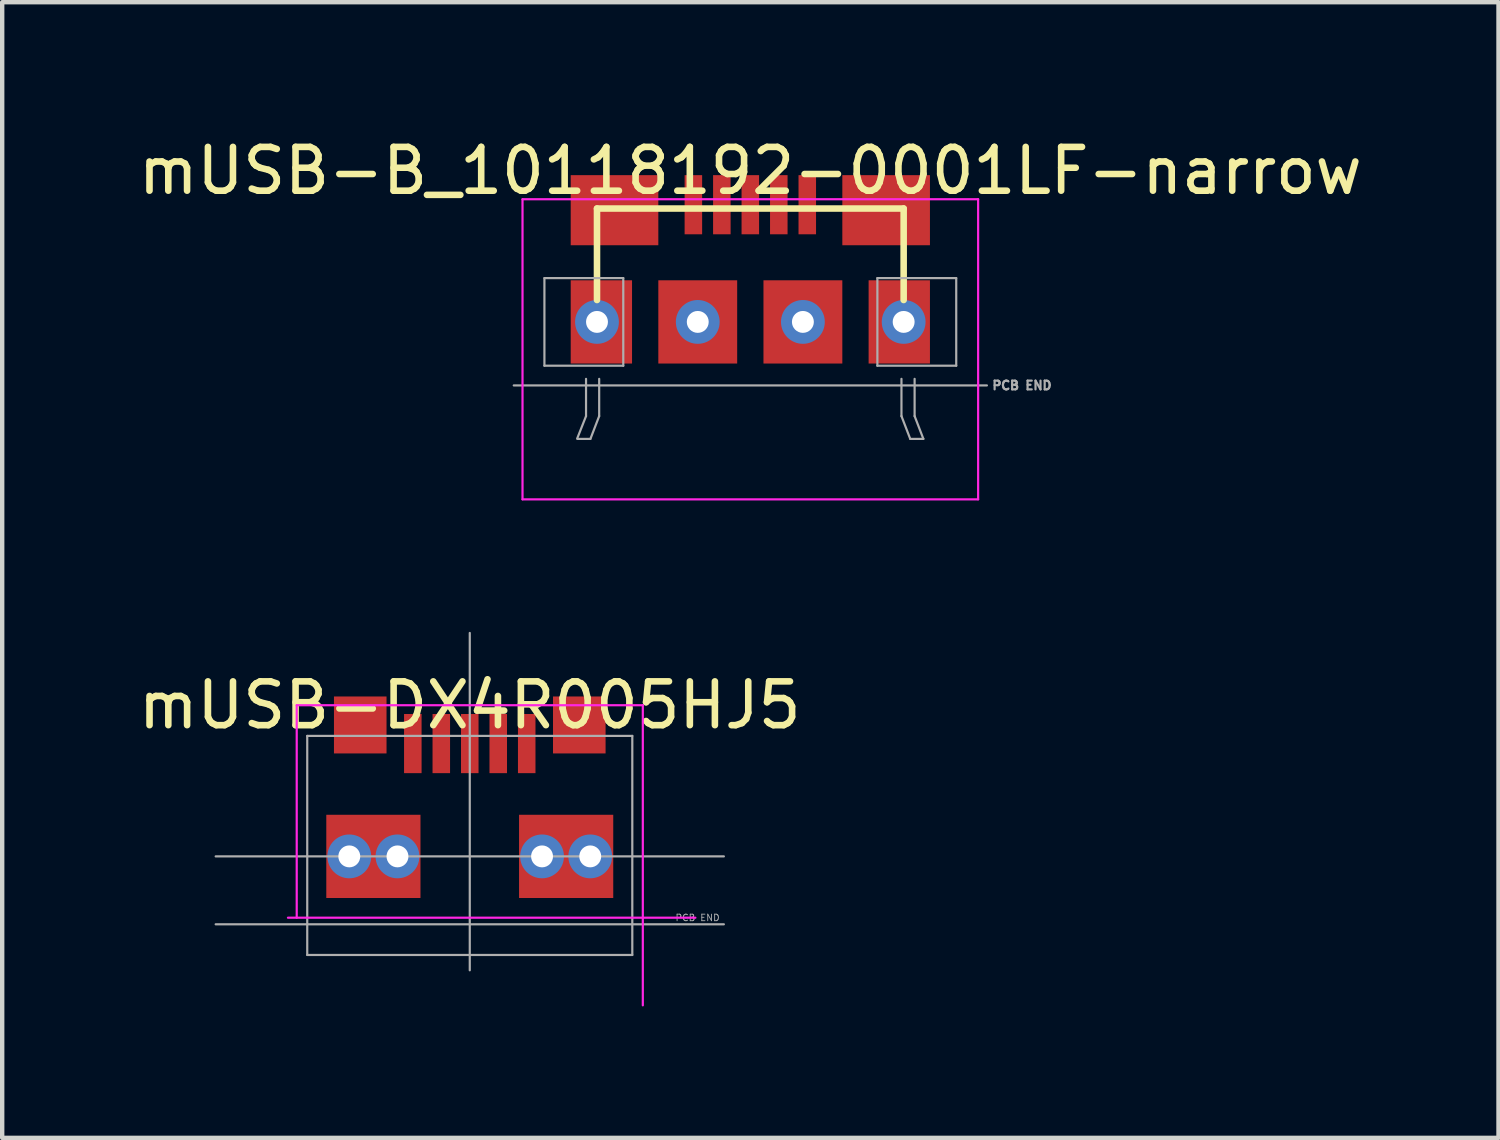
<source format=kicad_pcb>
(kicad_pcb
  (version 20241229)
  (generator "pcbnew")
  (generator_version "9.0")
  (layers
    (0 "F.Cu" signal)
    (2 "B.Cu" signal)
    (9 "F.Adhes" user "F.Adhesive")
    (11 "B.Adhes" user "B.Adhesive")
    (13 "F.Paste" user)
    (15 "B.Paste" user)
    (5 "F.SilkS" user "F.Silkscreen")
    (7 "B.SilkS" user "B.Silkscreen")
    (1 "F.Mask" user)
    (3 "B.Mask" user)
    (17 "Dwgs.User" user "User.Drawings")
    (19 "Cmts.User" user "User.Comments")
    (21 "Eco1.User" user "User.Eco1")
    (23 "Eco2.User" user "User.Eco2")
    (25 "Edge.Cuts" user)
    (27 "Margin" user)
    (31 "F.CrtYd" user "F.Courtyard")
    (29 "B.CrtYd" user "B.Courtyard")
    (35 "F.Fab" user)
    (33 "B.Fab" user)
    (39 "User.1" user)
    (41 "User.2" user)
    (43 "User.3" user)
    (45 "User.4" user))
  (footprint "mUSB-DX4R005HJ5"
    (layer "F.Cu")
    (at 7.673 16.498)
    (property "Reference" "mUSB-DX4R005HJ5" (at 0 -3.45 0) (layer "F.SilkS") (effects (font (size 1 1) (thickness 0.15))))
    (attr smd)
    (fp_line (start -3.95 -3.45) (end 3.95 -3.45) (stroke (width 0.05) (type solid)) (layer "F.CrtYd"))
    (fp_line (start -3.95 1.4) (end -3.95 -3.45) (stroke (width 0.05) (type solid)) (layer "F.CrtYd"))
    (fp_line (start 3.95 -3.45) (end 3.95 3.4) (stroke (width 0.05) (type solid)) (layer "F.CrtYd"))
    (fp_line (start 5.15 1.4) (end -4.15 1.4) (stroke (width 0.05) (type solid)) (layer "F.CrtYd"))
    (fp_line (start -5.8 0) (end 5.8 0) (stroke (width 0.05) (type solid)) (layer "F.Fab"))
    (fp_line (start -5.8 1.55) (end 5.8 1.55) (stroke (width 0.05) (type solid)) (layer "F.Fab"))
    (fp_line (start -3.71 -2.75) (end -3.71 2.25) (stroke (width 0.05) (type solid)) (layer "F.Fab"))
    (fp_line (start -3.71 -2.75) (end 3.71 -2.75) (stroke (width 0.05) (type solid)) (layer "F.Fab"))
    (fp_line (start -3.71 2.25) (end 3.71 2.25) (stroke (width 0.05) (type solid)) (layer "F.Fab"))
    (fp_line (start 0 -5.1) (end 0 2.6) (stroke (width 0.05) (type solid)) (layer "F.Fab"))
    (fp_line (start 3.71 -2.75) (end 3.71 2.25) (stroke (width 0.05) (type solid)) (layer "F.Fab"))
    (fp_text user "PCB END" (at 5.2 1.4 0) (layer "F.Fab") (effects (font (size 0.15 0.15) (thickness 0.02))))
    (pad "1" smd rect (at -1.3 -2.575) (size 0.4 1.35) (layers "F.Cu" "F.Mask" "F.Paste"))
    (pad "2" smd rect (at -0.65 -2.575) (size 0.4 1.35) (layers "F.Cu" "F.Mask" "F.Paste"))
    (pad "3" smd rect (at 0 -2.575) (size 0.4 1.35) (layers "F.Cu" "F.Mask" "F.Paste"))
    (pad "4" smd rect (at 0.65 -2.575) (size 0.4 1.35) (layers "F.Cu" "F.Mask" "F.Paste"))
    (pad "5" smd rect (at 1.3 -2.575) (size 0.4 1.35) (layers "F.Cu" "F.Mask" "F.Paste"))
    (pad "6" thru_hole circle (at -2.75 0) (size 1 1) (drill 0.5) (layers "*.Cu" "*.Mask"))
    (pad "6" smd rect (at -2.5 -3) (size 1.2 1.3) (layers "F.Cu" "F.Mask" "F.Paste"))
    (pad "6" smd rect (at -2.2 0) (size 2.15 1.9) (layers "F.Cu" "F.Mask" "F.Paste"))
    (pad "6" thru_hole circle (at -1.65 0) (size 1 1) (drill 0.5) (layers "*.Cu" "*.Mask"))
    (pad "6" thru_hole circle (at 1.65 0) (size 1 1) (drill 0.5) (layers "*.Cu" "*.Mask"))
    (pad "6" smd rect (at 2.2 0) (size 2.15 1.9) (layers "F.Cu" "F.Mask" "F.Paste"))
    (pad "6" smd rect (at 2.5 -3) (size 1.2 1.3) (layers "F.Cu" "F.Mask" "F.Paste"))
    (pad "6" thru_hole circle (at 2.75 0) (size 1 1) (drill 0.5) (layers "*.Cu" "*.Mask")))
  (footprint "mUSB-B_10118192-0001LF-narrow"
    (layer "F.Cu")
    (at 14.077 4.298)
    (property "Reference" "mUSB-B_10118192-0001LF-narrow" (at 0 -3.45 0) (layer "F.SilkS") (effects (font (size 1 1) (thickness 0.15))))
    (attr smd)
    (fp_line (start -3.5 -2.588) (end -3.5 -0.5) (stroke (width 0.15) (type solid)) (layer "F.SilkS"))
    (fp_line (start -3.5 -2.588) (end 3.5 -2.588) (stroke (width 0.15) (type solid)) (layer "F.SilkS"))
    (fp_line (start 3.5 -2.588) (end 3.5 -0.5) (stroke (width 0.15) (type solid)) (layer "F.SilkS"))
    (fp_line (start -5.2 -2.8) (end 5.2 -2.8) (stroke (width 0.05) (type solid)) (layer "F.CrtYd"))
    (fp_line (start -5.2 4.05) (end -5.2 -2.8) (stroke (width 0.05) (type solid)) (layer "F.CrtYd"))
    (fp_line (start 5.2 -2.8) (end 5.2 4.05) (stroke (width 0.05) (type solid)) (layer "F.CrtYd"))
    (fp_line (start 5.2 4.05) (end -5.2 4.05) (stroke (width 0.05) (type solid)) (layer "F.CrtYd"))
    (fp_line (start -4.7 -1) (end -4.7 1) (stroke (width 0.05) (type solid)) (layer "F.Fab"))
    (fp_line (start -4.7 1) (end -2.9 1) (stroke (width 0.05) (type solid)) (layer "F.Fab"))
    (fp_line (start -3.95 2.67) (end -3.65 2.67) (stroke (width 0.05) (type solid)) (layer "F.Fab"))
    (fp_line (start -3.75 1.3) (end -3.75 2.15) (stroke (width 0.05) (type solid)) (layer "F.Fab"))
    (fp_line (start -3.75 2.15) (end -3.95 2.657) (stroke (width 0.05) (type solid)) (layer "F.Fab"))
    (fp_line (start -3.45 1.3) (end -3.45 2.15) (stroke (width 0.05) (type solid)) (layer "F.Fab"))
    (fp_line (start -3.45 2.15) (end -3.65 2.67) (stroke (width 0.05) (type solid)) (layer "F.Fab"))
    (fp_line (start -2.9 -1) (end -4.7 -1) (stroke (width 0.05) (type solid)) (layer "F.Fab"))
    (fp_line (start -2.9 1) (end -2.9 -1) (stroke (width 0.05) (type solid)) (layer "F.Fab"))
    (fp_line (start 2.9 -1) (end 4.7 -1) (stroke (width 0.05) (type solid)) (layer "F.Fab"))
    (fp_line (start 2.9 1) (end 2.9 -1) (stroke (width 0.05) (type solid)) (layer "F.Fab"))
    (fp_line (start 3.45 1.3) (end 3.45 2.15) (stroke (width 0.05) (type solid)) (layer "F.Fab"))
    (fp_line (start 3.45 2.15) (end 3.65 2.67) (stroke (width 0.05) (type solid)) (layer "F.Fab"))
    (fp_line (start 3.75 1.3) (end 3.75 2.15) (stroke (width 0.05) (type solid)) (layer "F.Fab"))
    (fp_line (start 3.75 2.15) (end 3.95 2.67) (stroke (width 0.05) (type solid)) (layer "F.Fab"))
    (fp_line (start 3.95 2.67) (end 3.65 2.67) (stroke (width 0.05) (type solid)) (layer "F.Fab"))
    (fp_line (start 4.7 -1) (end 4.7 1) (stroke (width 0.05) (type solid)) (layer "F.Fab"))
    (fp_line (start 4.7 1) (end 2.9 1) (stroke (width 0.05) (type solid)) (layer "F.Fab"))
    (fp_line (start 5.4 1.45) (end -5.4 1.45) (stroke (width 0.05) (type solid)) (layer "F.Fab"))
    (fp_text user "PCB END" (at 6.2 1.45 0) (layer "F.Fab") (effects (font (size 0.2 0.2) (thickness 0.05))))
    (pad "1" smd rect (at -1.3 -2.675) (size 0.4 1.35) (layers "F.Cu" "F.Mask" "F.Paste"))
    (pad "2" smd rect (at -0.65 -2.675) (size 0.4 1.35) (layers "F.Cu" "F.Mask" "F.Paste"))
    (pad "3" smd rect (at 0 -2.675) (size 0.4 1.35) (layers "F.Cu" "F.Mask" "F.Paste"))
    (pad "4" smd rect (at 0.65 -2.675) (size 0.4 1.35) (layers "F.Cu" "F.Mask" "F.Paste"))
    (pad "5" smd rect (at 1.3 -2.675) (size 0.4 1.35) (layers "F.Cu" "F.Mask" "F.Paste"))
    (pad "6" thru_hole circle (at -3.5 0) (size 1 1) (drill 0.5) (layers "*.Cu" "*.Mask"))
    (pad "6" smd rect (at -3.4 0) (size 1.4 1.9) (layers "F.Cu" "F.Mask" "F.Paste"))
    (pad "6" smd rect (at -3.1 -2.55) (size 2 1.6) (layers "F.Cu" "F.Mask" "F.Paste"))
    (pad "6" thru_hole circle (at -1.2 0) (size 1 1) (drill 0.5) (layers "*.Cu" "*.Mask"))
    (pad "6" smd rect (at -1.2 0) (size 1.8 1.9) (layers "F.Cu" "F.Mask" "F.Paste"))
    (pad "6" thru_hole circle (at 1.2 0) (size 1 1) (drill 0.5) (layers "*.Cu" "*.Mask"))
    (pad "6" smd rect (at 1.2 0) (size 1.8 1.9) (layers "F.Cu" "F.Mask" "F.Paste"))
    (pad "6" smd rect (at 3.1 -2.55) (size 2 1.6) (layers "F.Cu" "F.Mask" "F.Paste"))
    (pad "6" smd rect (at 3.4 0) (size 1.4 1.9) (layers "F.Cu" "F.Mask" "F.Paste"))
    (pad "6" thru_hole circle (at 3.5 0) (size 1 1) (drill 0.5) (layers "*.Cu" "*.Mask")))
  (gr_rect
    (start -3 -3)
    (end 31.155 22.923)
    (stroke (width 0.1) (type default))
    (fill no)
    (layer "Edge.Cuts")))
</source>
